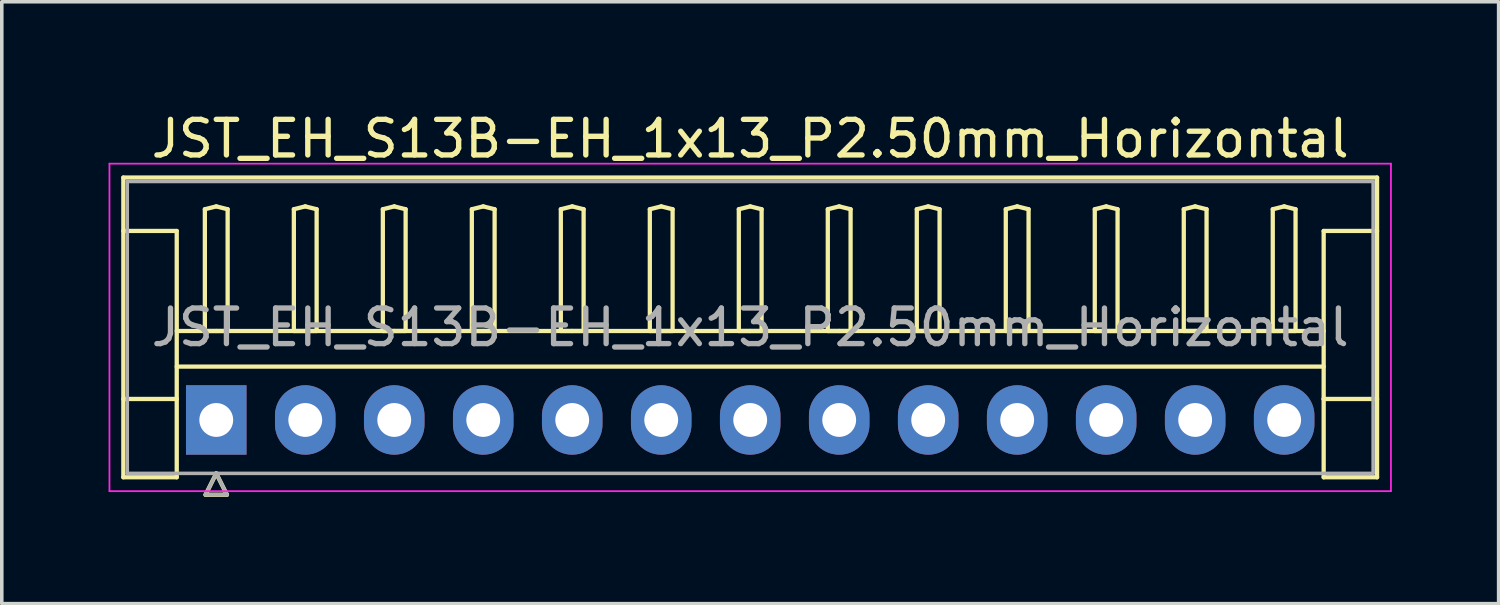
<source format=kicad_pcb>
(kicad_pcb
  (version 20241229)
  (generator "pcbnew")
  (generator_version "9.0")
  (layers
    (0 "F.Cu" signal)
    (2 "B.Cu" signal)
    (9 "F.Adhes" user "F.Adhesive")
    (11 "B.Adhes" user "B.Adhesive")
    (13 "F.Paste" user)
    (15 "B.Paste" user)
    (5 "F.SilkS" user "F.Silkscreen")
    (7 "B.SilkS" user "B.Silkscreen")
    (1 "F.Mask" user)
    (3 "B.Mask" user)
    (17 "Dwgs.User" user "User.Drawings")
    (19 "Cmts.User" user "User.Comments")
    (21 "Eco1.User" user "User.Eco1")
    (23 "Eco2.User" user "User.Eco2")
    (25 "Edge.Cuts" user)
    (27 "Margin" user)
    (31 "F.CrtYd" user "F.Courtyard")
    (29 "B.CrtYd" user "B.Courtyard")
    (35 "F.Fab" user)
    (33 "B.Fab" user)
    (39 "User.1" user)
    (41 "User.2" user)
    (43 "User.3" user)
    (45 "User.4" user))
  (footprint "JST_EH_S13B-EH_1x13_P2.50mm_Horizontal"
    (layer "F.Cu")
    (at 3.025 8.748)
    (property "Reference" "JST_EH_S13B-EH_1x13_P2.50mm_Horizontal" (at 15 -7.9 0) (layer "F.SilkS") (effects (font (size 1 1) (thickness 0.15))))
    (attr through_hole)
    (fp_line (start -2.61 -6.81) (end 32.61 -6.81) (stroke (width 0.12) (type solid)) (layer "F.SilkS"))
    (fp_line (start -2.61 -5.31) (end -1.11 -5.31) (stroke (width 0.12) (type solid)) (layer "F.SilkS"))
    (fp_line (start -2.61 1.61) (end -2.61 -6.81) (stroke (width 0.12) (type solid)) (layer "F.SilkS"))
    (fp_line (start -1.11 -5.31) (end -1.11 -0.59) (stroke (width 0.12) (type solid)) (layer "F.SilkS"))
    (fp_line (start -1.11 -2.5) (end 31.11 -2.5) (stroke (width 0.12) (type solid)) (layer "F.SilkS"))
    (fp_line (start -1.11 -1.5) (end 31.11 -1.5) (stroke (width 0.12) (type solid)) (layer "F.SilkS"))
    (fp_line (start -1.11 -0.59) (end -2.61 -0.59) (stroke (width 0.12) (type solid)) (layer "F.SilkS"))
    (fp_line (start -1.11 -0.59) (end -1.11 1.61) (stroke (width 0.12) (type solid)) (layer "F.SilkS"))
    (fp_line (start -1.11 1.61) (end -2.61 1.61) (stroke (width 0.12) (type solid)) (layer "F.SilkS"))
    (fp_line (start -0.32 -5.92) (end 0 -6) (stroke (width 0.12) (type solid)) (layer "F.SilkS"))
    (fp_line (start -0.32 -2.5) (end -0.32 -5.92) (stroke (width 0.12) (type solid)) (layer "F.SilkS"))
    (fp_line (start -0.3 2.1) (end 0.3 2.1) (stroke (width 0.12) (type solid)) (layer "F.SilkS"))
    (fp_line (start 0 -6) (end 0.32 -5.92) (stroke (width 0.12) (type solid)) (layer "F.SilkS"))
    (fp_line (start 0 -2.5) (end -0.32 -2.5) (stroke (width 0.12) (type solid)) (layer "F.SilkS"))
    (fp_line (start 0 1.5) (end -0.3 2.1) (stroke (width 0.12) (type solid)) (layer "F.SilkS"))
    (fp_line (start 0.3 2.1) (end 0 1.5) (stroke (width 0.12) (type solid)) (layer "F.SilkS"))
    (fp_line (start 0.32 -5.92) (end 0.32 -2.5) (stroke (width 0.12) (type solid)) (layer "F.SilkS"))
    (fp_line (start 0.32 -2.5) (end 0 -2.5) (stroke (width 0.12) (type solid)) (layer "F.SilkS"))
    (fp_line (start 2.18 -5.92) (end 2.5 -6) (stroke (width 0.12) (type solid)) (layer "F.SilkS"))
    (fp_line (start 2.18 -2.5) (end 2.18 -5.92) (stroke (width 0.12) (type solid)) (layer "F.SilkS"))
    (fp_line (start 2.5 -6) (end 2.82 -5.92) (stroke (width 0.12) (type solid)) (layer "F.SilkS"))
    (fp_line (start 2.5 -2.5) (end 2.18 -2.5) (stroke (width 0.12) (type solid)) (layer "F.SilkS"))
    (fp_line (start 2.82 -5.92) (end 2.82 -2.5) (stroke (width 0.12) (type solid)) (layer "F.SilkS"))
    (fp_line (start 2.82 -2.5) (end 2.5 -2.5) (stroke (width 0.12) (type solid)) (layer "F.SilkS"))
    (fp_line (start 4.68 -5.92) (end 5 -6) (stroke (width 0.12) (type solid)) (layer "F.SilkS"))
    (fp_line (start 4.68 -2.5) (end 4.68 -5.92) (stroke (width 0.12) (type solid)) (layer "F.SilkS"))
    (fp_line (start 5 -6) (end 5.32 -5.92) (stroke (width 0.12) (type solid)) (layer "F.SilkS"))
    (fp_line (start 5 -2.5) (end 4.68 -2.5) (stroke (width 0.12) (type solid)) (layer "F.SilkS"))
    (fp_line (start 5.32 -5.92) (end 5.32 -2.5) (stroke (width 0.12) (type solid)) (layer "F.SilkS"))
    (fp_line (start 5.32 -2.5) (end 5 -2.5) (stroke (width 0.12) (type solid)) (layer "F.SilkS"))
    (fp_line (start 7.18 -5.92) (end 7.5 -6) (stroke (width 0.12) (type solid)) (layer "F.SilkS"))
    (fp_line (start 7.18 -2.5) (end 7.18 -5.92) (stroke (width 0.12) (type solid)) (layer "F.SilkS"))
    (fp_line (start 7.5 -6) (end 7.82 -5.92) (stroke (width 0.12) (type solid)) (layer "F.SilkS"))
    (fp_line (start 7.5 -2.5) (end 7.18 -2.5) (stroke (width 0.12) (type solid)) (layer "F.SilkS"))
    (fp_line (start 7.82 -5.92) (end 7.82 -2.5) (stroke (width 0.12) (type solid)) (layer "F.SilkS"))
    (fp_line (start 7.82 -2.5) (end 7.5 -2.5) (stroke (width 0.12) (type solid)) (layer "F.SilkS"))
    (fp_line (start 9.68 -5.92) (end 10 -6) (stroke (width 0.12) (type solid)) (layer "F.SilkS"))
    (fp_line (start 9.68 -2.5) (end 9.68 -5.92) (stroke (width 0.12) (type solid)) (layer "F.SilkS"))
    (fp_line (start 10 -6) (end 10.32 -5.92) (stroke (width 0.12) (type solid)) (layer "F.SilkS"))
    (fp_line (start 10 -2.5) (end 9.68 -2.5) (stroke (width 0.12) (type solid)) (layer "F.SilkS"))
    (fp_line (start 10.32 -5.92) (end 10.32 -2.5) (stroke (width 0.12) (type solid)) (layer "F.SilkS"))
    (fp_line (start 10.32 -2.5) (end 10 -2.5) (stroke (width 0.12) (type solid)) (layer "F.SilkS"))
    (fp_line (start 12.18 -5.92) (end 12.5 -6) (stroke (width 0.12) (type solid)) (layer "F.SilkS"))
    (fp_line (start 12.18 -2.5) (end 12.18 -5.92) (stroke (width 0.12) (type solid)) (layer "F.SilkS"))
    (fp_line (start 12.5 -6) (end 12.82 -5.92) (stroke (width 0.12) (type solid)) (layer "F.SilkS"))
    (fp_line (start 12.5 -2.5) (end 12.18 -2.5) (stroke (width 0.12) (type solid)) (layer "F.SilkS"))
    (fp_line (start 12.82 -5.92) (end 12.82 -2.5) (stroke (width 0.12) (type solid)) (layer "F.SilkS"))
    (fp_line (start 12.82 -2.5) (end 12.5 -2.5) (stroke (width 0.12) (type solid)) (layer "F.SilkS"))
    (fp_line (start 14.68 -5.92) (end 15 -6) (stroke (width 0.12) (type solid)) (layer "F.SilkS"))
    (fp_line (start 14.68 -2.5) (end 14.68 -5.92) (stroke (width 0.12) (type solid)) (layer "F.SilkS"))
    (fp_line (start 15 -6) (end 15.32 -5.92) (stroke (width 0.12) (type solid)) (layer "F.SilkS"))
    (fp_line (start 15 -2.5) (end 14.68 -2.5) (stroke (width 0.12) (type solid)) (layer "F.SilkS"))
    (fp_line (start 15.32 -5.92) (end 15.32 -2.5) (stroke (width 0.12) (type solid)) (layer "F.SilkS"))
    (fp_line (start 15.32 -2.5) (end 15 -2.5) (stroke (width 0.12) (type solid)) (layer "F.SilkS"))
    (fp_line (start 17.18 -5.92) (end 17.5 -6) (stroke (width 0.12) (type solid)) (layer "F.SilkS"))
    (fp_line (start 17.18 -2.5) (end 17.18 -5.92) (stroke (width 0.12) (type solid)) (layer "F.SilkS"))
    (fp_line (start 17.5 -6) (end 17.82 -5.92) (stroke (width 0.12) (type solid)) (layer "F.SilkS"))
    (fp_line (start 17.5 -2.5) (end 17.18 -2.5) (stroke (width 0.12) (type solid)) (layer "F.SilkS"))
    (fp_line (start 17.82 -5.92) (end 17.82 -2.5) (stroke (width 0.12) (type solid)) (layer "F.SilkS"))
    (fp_line (start 17.82 -2.5) (end 17.5 -2.5) (stroke (width 0.12) (type solid)) (layer "F.SilkS"))
    (fp_line (start 19.68 -5.92) (end 20 -6) (stroke (width 0.12) (type solid)) (layer "F.SilkS"))
    (fp_line (start 19.68 -2.5) (end 19.68 -5.92) (stroke (width 0.12) (type solid)) (layer "F.SilkS"))
    (fp_line (start 20 -6) (end 20.32 -5.92) (stroke (width 0.12) (type solid)) (layer "F.SilkS"))
    (fp_line (start 20 -2.5) (end 19.68 -2.5) (stroke (width 0.12) (type solid)) (layer "F.SilkS"))
    (fp_line (start 20.32 -5.92) (end 20.32 -2.5) (stroke (width 0.12) (type solid)) (layer "F.SilkS"))
    (fp_line (start 20.32 -2.5) (end 20 -2.5) (stroke (width 0.12) (type solid)) (layer "F.SilkS"))
    (fp_line (start 22.18 -5.92) (end 22.5 -6) (stroke (width 0.12) (type solid)) (layer "F.SilkS"))
    (fp_line (start 22.18 -2.5) (end 22.18 -5.92) (stroke (width 0.12) (type solid)) (layer "F.SilkS"))
    (fp_line (start 22.5 -6) (end 22.82 -5.92) (stroke (width 0.12) (type solid)) (layer "F.SilkS"))
    (fp_line (start 22.5 -2.5) (end 22.18 -2.5) (stroke (width 0.12) (type solid)) (layer "F.SilkS"))
    (fp_line (start 22.82 -5.92) (end 22.82 -2.5) (stroke (width 0.12) (type solid)) (layer "F.SilkS"))
    (fp_line (start 22.82 -2.5) (end 22.5 -2.5) (stroke (width 0.12) (type solid)) (layer "F.SilkS"))
    (fp_line (start 24.68 -5.92) (end 25 -6) (stroke (width 0.12) (type solid)) (layer "F.SilkS"))
    (fp_line (start 24.68 -2.5) (end 24.68 -5.92) (stroke (width 0.12) (type solid)) (layer "F.SilkS"))
    (fp_line (start 25 -6) (end 25.32 -5.92) (stroke (width 0.12) (type solid)) (layer "F.SilkS"))
    (fp_line (start 25 -2.5) (end 24.68 -2.5) (stroke (width 0.12) (type solid)) (layer "F.SilkS"))
    (fp_line (start 25.32 -5.92) (end 25.32 -2.5) (stroke (width 0.12) (type solid)) (layer "F.SilkS"))
    (fp_line (start 25.32 -2.5) (end 25 -2.5) (stroke (width 0.12) (type solid)) (layer "F.SilkS"))
    (fp_line (start 27.18 -5.92) (end 27.5 -6) (stroke (width 0.12) (type solid)) (layer "F.SilkS"))
    (fp_line (start 27.18 -2.5) (end 27.18 -5.92) (stroke (width 0.12) (type solid)) (layer "F.SilkS"))
    (fp_line (start 27.5 -6) (end 27.82 -5.92) (stroke (width 0.12) (type solid)) (layer "F.SilkS"))
    (fp_line (start 27.5 -2.5) (end 27.18 -2.5) (stroke (width 0.12) (type solid)) (layer "F.SilkS"))
    (fp_line (start 27.82 -5.92) (end 27.82 -2.5) (stroke (width 0.12) (type solid)) (layer "F.SilkS"))
    (fp_line (start 27.82 -2.5) (end 27.5 -2.5) (stroke (width 0.12) (type solid)) (layer "F.SilkS"))
    (fp_line (start 29.68 -5.92) (end 30 -6) (stroke (width 0.12) (type solid)) (layer "F.SilkS"))
    (fp_line (start 29.68 -2.5) (end 29.68 -5.92) (stroke (width 0.12) (type solid)) (layer "F.SilkS"))
    (fp_line (start 30 -6) (end 30.32 -5.92) (stroke (width 0.12) (type solid)) (layer "F.SilkS"))
    (fp_line (start 30 -2.5) (end 29.68 -2.5) (stroke (width 0.12) (type solid)) (layer "F.SilkS"))
    (fp_line (start 30.32 -5.92) (end 30.32 -2.5) (stroke (width 0.12) (type solid)) (layer "F.SilkS"))
    (fp_line (start 30.32 -2.5) (end 30 -2.5) (stroke (width 0.12) (type solid)) (layer "F.SilkS"))
    (fp_line (start 31.11 -5.31) (end 31.11 -0.59) (stroke (width 0.12) (type solid)) (layer "F.SilkS"))
    (fp_line (start 31.11 -0.59) (end 32.61 -0.59) (stroke (width 0.12) (type solid)) (layer "F.SilkS"))
    (fp_line (start 31.11 1.61) (end 31.11 -0.59) (stroke (width 0.12) (type solid)) (layer "F.SilkS"))
    (fp_line (start 32.61 -6.81) (end 32.61 1.61) (stroke (width 0.12) (type solid)) (layer "F.SilkS"))
    (fp_line (start 32.61 -5.31) (end 31.11 -5.31) (stroke (width 0.12) (type solid)) (layer "F.SilkS"))
    (fp_line (start 32.61 1.61) (end 31.11 1.61) (stroke (width 0.12) (type solid)) (layer "F.SilkS"))
    (fp_line (start -3 -7.2) (end -3 2) (stroke (width 0.05) (type solid)) (layer "F.CrtYd"))
    (fp_line (start -3 2) (end 33 2) (stroke (width 0.05) (type solid)) (layer "F.CrtYd"))
    (fp_line (start 33 -7.2) (end -3 -7.2) (stroke (width 0.05) (type solid)) (layer "F.CrtYd"))
    (fp_line (start 33 2) (end 33 -7.2) (stroke (width 0.05) (type solid)) (layer "F.CrtYd"))
    (fp_line (start -2.5 -6.7) (end -2.5 1.5) (stroke (width 0.1) (type solid)) (layer "F.Fab"))
    (fp_line (start -2.5 1.5) (end 32.5 1.5) (stroke (width 0.1) (type solid)) (layer "F.Fab"))
    (fp_line (start -0.3 2.1) (end 0.3 2.1) (stroke (width 0.1) (type solid)) (layer "F.Fab"))
    (fp_line (start 0 1.5) (end -0.3 2.1) (stroke (width 0.1) (type solid)) (layer "F.Fab"))
    (fp_line (start 0.3 2.1) (end 0 1.5) (stroke (width 0.1) (type solid)) (layer "F.Fab"))
    (fp_line (start 32.5 -6.7) (end -2.5 -6.7) (stroke (width 0.1) (type solid)) (layer "F.Fab"))
    (fp_line (start 32.5 1.5) (end 32.5 -6.7) (stroke (width 0.1) (type solid)) (layer "F.Fab"))
    (fp_text user "${REFERENCE}" (at 15 -2.6 0) (layer "F.Fab") (effects (font (size 1 1) (thickness 0.15))))
    (pad "1" thru_hole rect (at 0 0) (size 1.7 1.95) (drill 0.95) (layers "*.Cu" "*.Mask"))
    (pad "2" thru_hole oval (at 2.5 0) (size 1.7 1.95) (drill 0.95) (layers "*.Cu" "*.Mask"))
    (pad "3" thru_hole oval (at 5 0) (size 1.7 1.95) (drill 0.95) (layers "*.Cu" "*.Mask"))
    (pad "4" thru_hole oval (at 7.5 0) (size 1.7 1.95) (drill 0.95) (layers "*.Cu" "*.Mask"))
    (pad "5" thru_hole oval (at 10 0) (size 1.7 1.95) (drill 0.95) (layers "*.Cu" "*.Mask"))
    (pad "6" thru_hole oval (at 12.5 0) (size 1.7 1.95) (drill 0.95) (layers "*.Cu" "*.Mask"))
    (pad "7" thru_hole oval (at 15 0) (size 1.7 1.95) (drill 0.95) (layers "*.Cu" "*.Mask"))
    (pad "8" thru_hole oval (at 17.5 0) (size 1.7 1.95) (drill 0.95) (layers "*.Cu" "*.Mask"))
    (pad "9" thru_hole oval (at 20 0) (size 1.7 1.95) (drill 0.95) (layers "*.Cu" "*.Mask"))
    (pad "10" thru_hole oval (at 22.5 0) (size 1.7 1.95) (drill 0.95) (layers "*.Cu" "*.Mask"))
    (pad "11" thru_hole oval (at 25 0) (size 1.7 1.95) (drill 0.95) (layers "*.Cu" "*.Mask"))
    (pad "12" thru_hole oval (at 27.5 0) (size 1.7 1.95) (drill 0.95) (layers "*.Cu" "*.Mask"))
    (pad "13" thru_hole oval (at 30 0) (size 1.7 1.95) (drill 0.95) (layers "*.Cu" "*.Mask")))
  (gr_rect
    (start -3 -3)
    (end 39.05 13.908)
    (stroke (width 0.1) (type default))
    (fill no)
    (layer "Edge.Cuts")))
</source>
